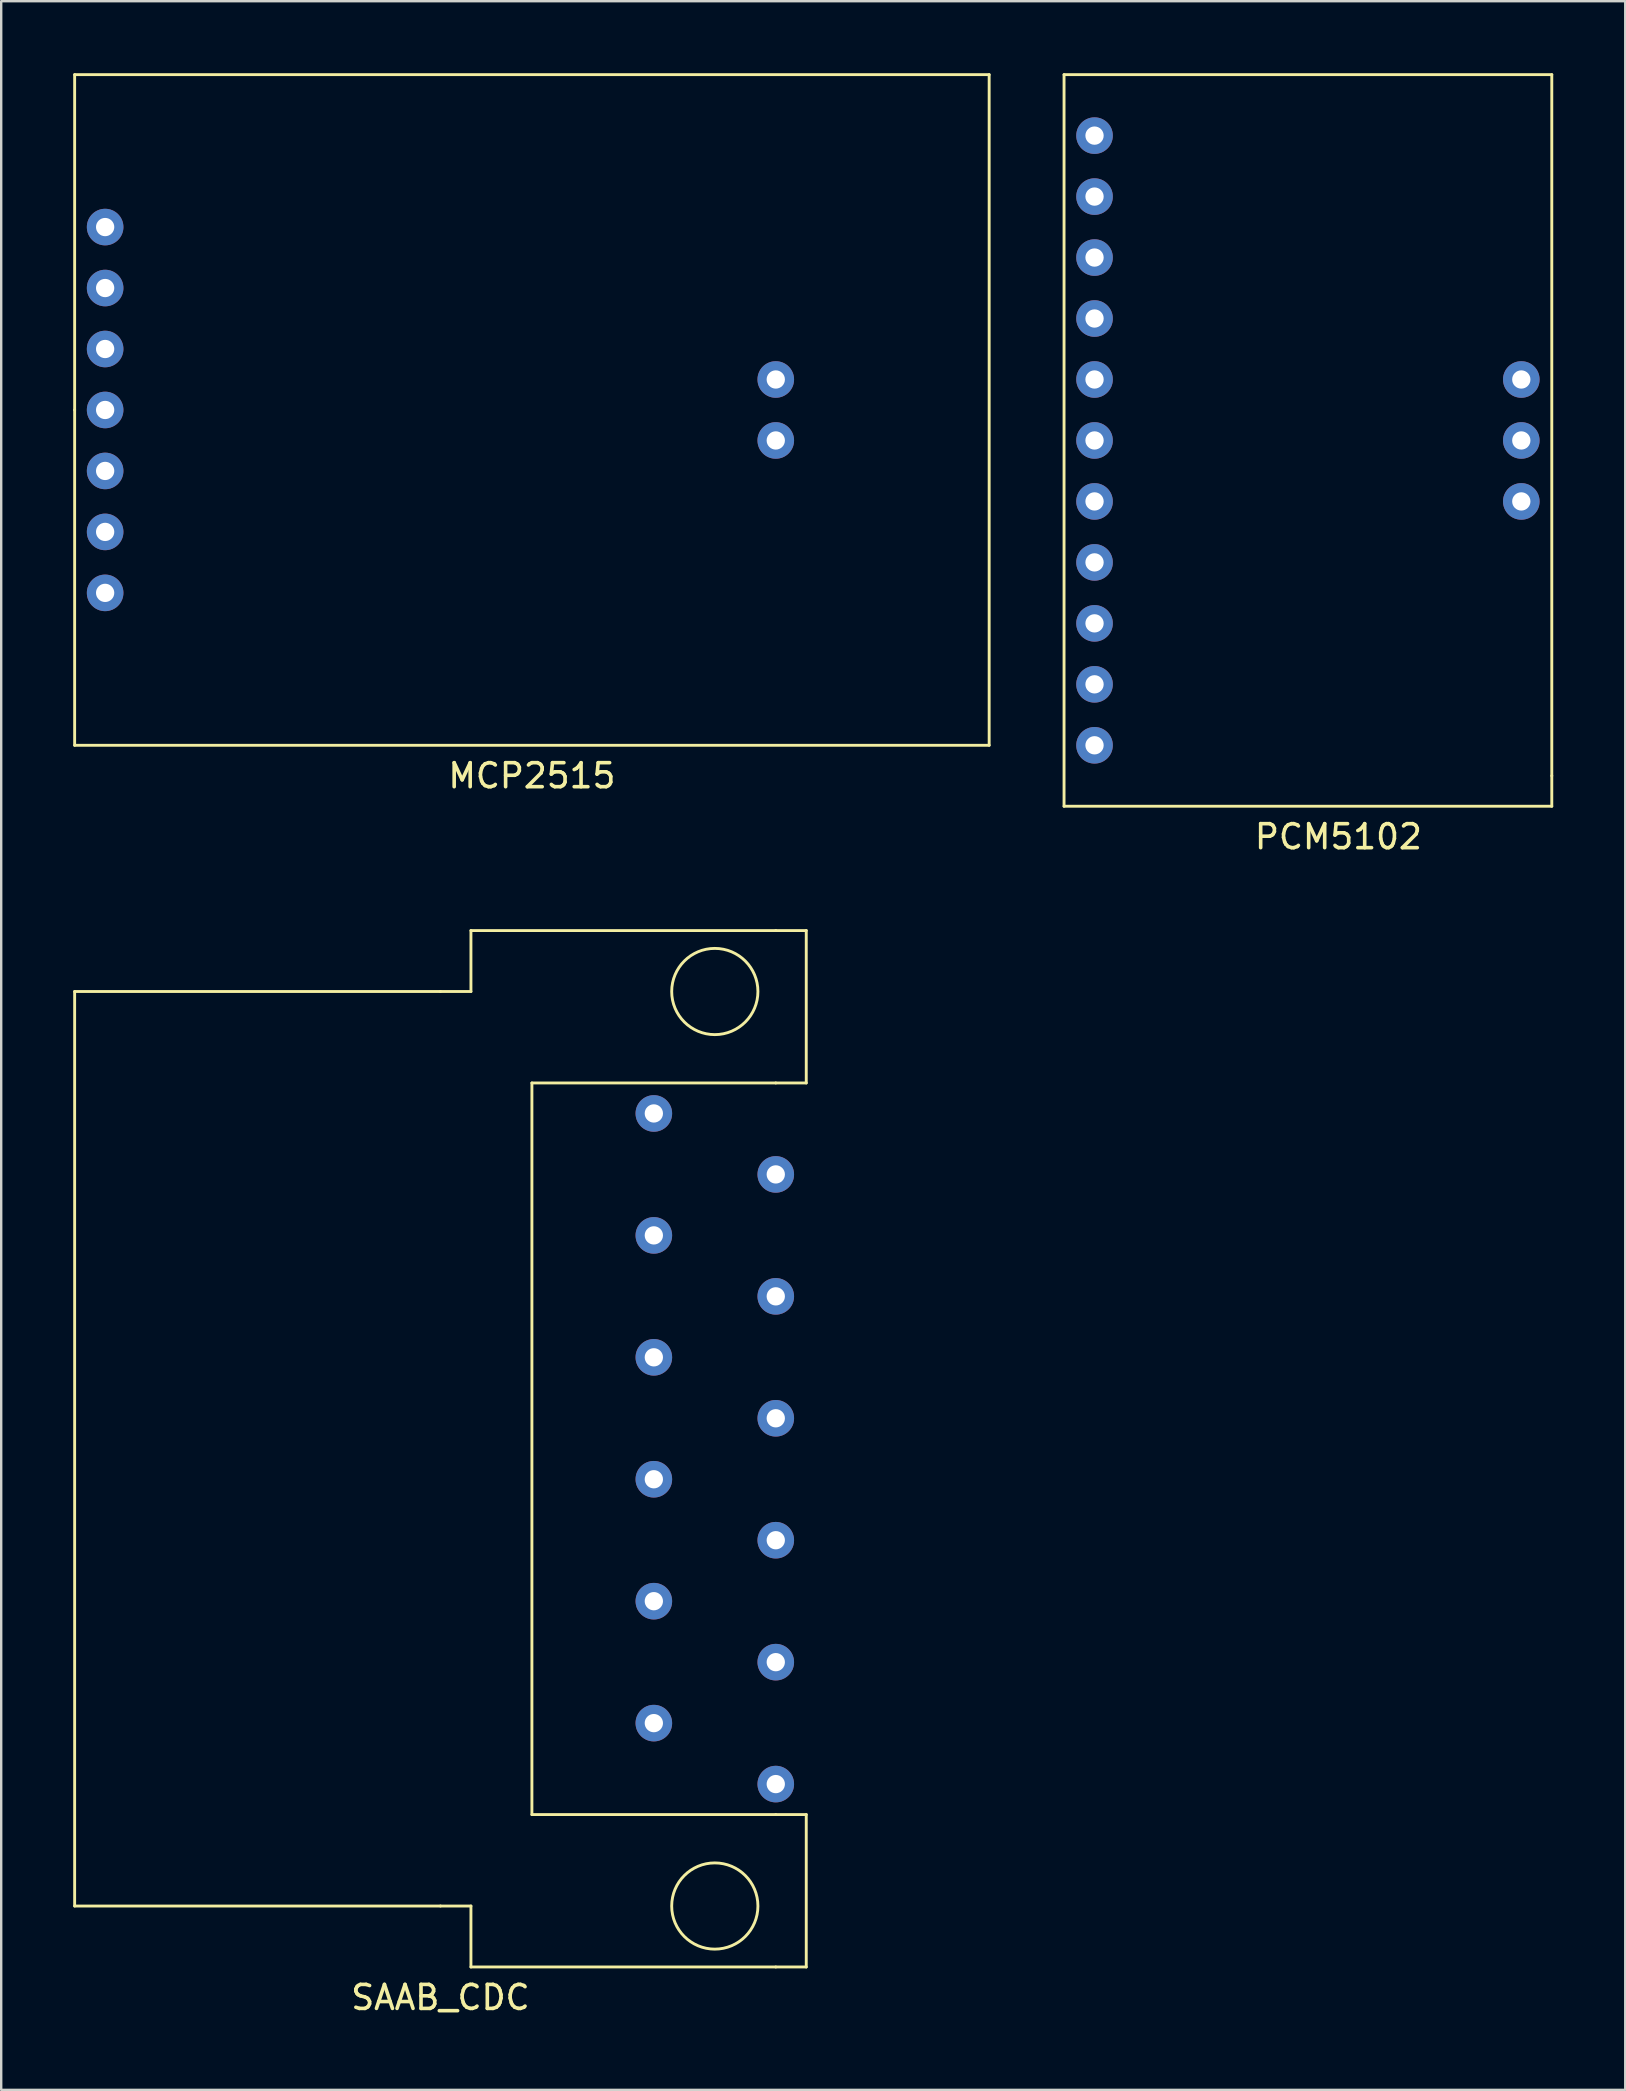
<source format=kicad_pcb>
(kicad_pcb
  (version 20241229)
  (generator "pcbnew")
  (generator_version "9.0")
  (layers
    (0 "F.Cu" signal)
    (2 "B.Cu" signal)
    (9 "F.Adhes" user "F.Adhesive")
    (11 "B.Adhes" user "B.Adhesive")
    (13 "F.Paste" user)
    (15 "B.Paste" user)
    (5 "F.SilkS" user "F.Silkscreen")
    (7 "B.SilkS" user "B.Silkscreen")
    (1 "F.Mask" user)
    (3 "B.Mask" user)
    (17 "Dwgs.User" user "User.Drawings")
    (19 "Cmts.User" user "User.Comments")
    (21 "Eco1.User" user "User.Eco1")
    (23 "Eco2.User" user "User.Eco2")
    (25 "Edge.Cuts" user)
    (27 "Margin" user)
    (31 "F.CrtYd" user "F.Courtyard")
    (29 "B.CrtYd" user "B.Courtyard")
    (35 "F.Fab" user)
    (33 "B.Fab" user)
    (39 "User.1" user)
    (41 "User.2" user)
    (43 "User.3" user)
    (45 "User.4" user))
  (footprint "PCM5102"
    (layer "F.Cu")
    (at 52.71 15.3)
    (property "Reference" "PCM5102" (at 0 16.51 0) (layer "F.SilkS") (effects (font (size 1 1) (thickness 0.15))))
    (attr through_hole)
    (fp_line (start -11.43 -15.24) (end 8.89 -15.24) (stroke (width 0.12) (type solid)) (layer "F.SilkS"))
    (fp_line (start -11.43 15.24) (end -11.43 -15.24) (stroke (width 0.12) (type solid)) (layer "F.SilkS"))
    (fp_line (start 8.89 -15.24) (end 8.89 13.97) (stroke (width 0.12) (type solid)) (layer "F.SilkS"))
    (fp_line (start 8.89 13.97) (end 8.89 15.24) (stroke (width 0.12) (type solid)) (layer "F.SilkS"))
    (fp_line (start 8.89 15.24) (end -11.43 15.24) (stroke (width 0.12) (type solid)) (layer "F.SilkS"))
    (pad "1" thru_hole circle (at -10.16 -12.7) (size 1.524 1.524) (drill 0.762) (layers "*.Cu" "*.Mask"))
    (pad "2" thru_hole circle (at -10.16 -10.16) (size 1.524 1.524) (drill 0.762) (layers "*.Cu" "*.Mask"))
    (pad "3" thru_hole circle (at -10.16 -7.62) (size 1.524 1.524) (drill 0.762) (layers "*.Cu" "*.Mask"))
    (pad "4" thru_hole circle (at -10.16 -5.08) (size 1.524 1.524) (drill 0.762) (layers "*.Cu" "*.Mask"))
    (pad "5" thru_hole circle (at -10.16 -2.54) (size 1.524 1.524) (drill 0.762) (layers "*.Cu" "*.Mask"))
    (pad "6" thru_hole circle (at -10.16 0) (size 1.524 1.524) (drill 0.762) (layers "*.Cu" "*.Mask"))
    (pad "7" thru_hole circle (at -10.16 2.54) (size 1.524 1.524) (drill 0.762) (layers "*.Cu" "*.Mask"))
    (pad "8" thru_hole circle (at -10.16 5.08) (size 1.524 1.524) (drill 0.762) (layers "*.Cu" "*.Mask"))
    (pad "9" thru_hole circle (at -10.16 7.62) (size 1.524 1.524) (drill 0.762) (layers "*.Cu" "*.Mask"))
    (pad "10" thru_hole circle (at -10.16 10.16) (size 1.524 1.524) (drill 0.762) (layers "*.Cu" "*.Mask"))
    (pad "11" thru_hole circle (at -10.16 12.7) (size 1.524 1.524) (drill 0.762) (layers "*.Cu" "*.Mask"))
    (pad "12" thru_hole circle (at 7.62 -2.54) (size 1.524 1.524) (drill 0.762) (layers "*.Cu" "*.Mask"))
    (pad "13" thru_hole circle (at 7.62 0) (size 1.524 1.524) (drill 0.762) (layers "*.Cu" "*.Mask"))
    (pad "14" thru_hole circle (at 7.62 2.54) (size 1.524 1.524) (drill 0.762) (layers "*.Cu" "*.Mask")))
  (footprint "SAAB_CDC"
    (layer "F.Cu")
    (at 15.3 57.308)
    (property "Reference" "SAAB_CDC" (at 0 22.86 180) (layer "F.SilkS") (effects (font (size 1 1) (thickness 0.15))))
    (attr through_hole)
    (fp_line (start -15.24 -19.05) (end -15.24 19.05) (stroke (width 0.12) (type solid)) (layer "F.SilkS"))
    (fp_line (start 0 -19.05) (end -15.24 -19.05) (stroke (width 0.12) (type solid)) (layer "F.SilkS"))
    (fp_line (start 0 19.05) (end -15.24 19.05) (stroke (width 0.12) (type solid)) (layer "F.SilkS"))
    (fp_line (start 1.27 -21.59) (end 1.27 -19.05) (stroke (width 0.12) (type solid)) (layer "F.SilkS"))
    (fp_line (start 1.27 -21.59) (end 13.97 -21.59) (stroke (width 0.12) (type solid)) (layer "F.SilkS"))
    (fp_line (start 1.27 -19.05) (end 0 -19.05) (stroke (width 0.12) (type solid)) (layer "F.SilkS"))
    (fp_line (start 1.27 19.05) (end 0 19.05) (stroke (width 0.12) (type solid)) (layer "F.SilkS"))
    (fp_line (start 1.27 21.59) (end 1.27 19.05) (stroke (width 0.12) (type solid)) (layer "F.SilkS"))
    (fp_line (start 3.81 -15.24) (end 3.81 15.24) (stroke (width 0.12) (type solid)) (layer "F.SilkS"))
    (fp_line (start 3.81 15.24) (end 13.97 15.24) (stroke (width 0.12) (type solid)) (layer "F.SilkS"))
    (fp_line (start 13.97 -21.59) (end 15.24 -21.59) (stroke (width 0.12) (type solid)) (layer "F.SilkS"))
    (fp_line (start 13.97 -15.24) (end 3.81 -15.24) (stroke (width 0.12) (type solid)) (layer "F.SilkS"))
    (fp_line (start 13.97 15.24) (end 15.24 15.24) (stroke (width 0.12) (type solid)) (layer "F.SilkS"))
    (fp_line (start 13.97 21.59) (end 1.27 21.59) (stroke (width 0.12) (type solid)) (layer "F.SilkS"))
    (fp_line (start 15.24 -21.59) (end 15.24 -15.24) (stroke (width 0.12) (type solid)) (layer "F.SilkS"))
    (fp_line (start 15.24 -15.24) (end 13.97 -15.24) (stroke (width 0.12) (type solid)) (layer "F.SilkS"))
    (fp_line (start 15.24 15.24) (end 15.24 21.59) (stroke (width 0.12) (type solid)) (layer "F.SilkS"))
    (fp_line (start 15.24 21.59) (end 13.97 21.59) (stroke (width 0.12) (type solid)) (layer "F.SilkS"))
    (fp_circle (center 11.43 -19.05) (end 10.16 -20.32) (stroke (width 0.12) (type solid)) (fill no) (layer "F.SilkS"))
    (fp_circle (center 11.43 19.05) (end 10.16 17.78) (stroke (width 0.12) (type solid)) (fill no) (layer "F.SilkS"))
    (pad "1" thru_hole circle (at 8.89 -13.97) (size 1.524 1.524) (drill 0.762) (layers "*.Cu" "*.Mask"))
    (pad "2" thru_hole circle (at 8.89 -8.89) (size 1.524 1.524) (drill 0.762) (layers "*.Cu" "*.Mask"))
    (pad "3" thru_hole circle (at 8.89 -3.81) (size 1.524 1.524) (drill 0.762) (layers "*.Cu" "*.Mask"))
    (pad "4" thru_hole circle (at 8.89 1.27) (size 1.524 1.524) (drill 0.762) (layers "*.Cu" "*.Mask"))
    (pad "5" thru_hole circle (at 8.89 6.35) (size 1.524 1.524) (drill 0.762) (layers "*.Cu" "*.Mask"))
    (pad "6" thru_hole circle (at 8.89 11.43) (size 1.524 1.524) (drill 0.762) (layers "*.Cu" "*.Mask"))
    (pad "7" thru_hole circle (at 13.97 -11.43) (size 1.524 1.524) (drill 0.762) (layers "*.Cu" "*.Mask"))
    (pad "8" thru_hole circle (at 13.97 -6.35) (size 1.524 1.524) (drill 0.762) (layers "*.Cu" "*.Mask"))
    (pad "9" thru_hole circle (at 13.97 -1.27) (size 1.524 1.524) (drill 0.762) (layers "*.Cu" "*.Mask"))
    (pad "10" thru_hole circle (at 13.97 3.81) (size 1.524 1.524) (drill 0.762) (layers "*.Cu" "*.Mask"))
    (pad "11" thru_hole circle (at 13.97 8.89) (size 1.524 1.524) (drill 0.762) (layers "*.Cu" "*.Mask"))
    (pad "12" thru_hole circle (at 13.97 13.97) (size 1.524 1.524) (drill 0.762) (layers "*.Cu" "*.Mask")))
  (footprint "MCP2515"
    (layer "F.Cu")
    (at 19.11 14.03)
    (property "Reference" "MCP2515" (at 0 15.24 0) (layer "F.SilkS") (effects (font (size 1 1) (thickness 0.15))))
    (attr through_hole)
    (fp_line (start -19.05 -13.97) (end 19.05 -13.97) (stroke (width 0.12) (type solid)) (layer "F.SilkS"))
    (fp_line (start -19.05 0) (end -19.05 -13.97) (stroke (width 0.12) (type solid)) (layer "F.SilkS"))
    (fp_line (start -19.05 13.97) (end -19.05 0) (stroke (width 0.12) (type solid)) (layer "F.SilkS"))
    (fp_line (start 19.05 -13.97) (end 19.05 13.97) (stroke (width 0.12) (type solid)) (layer "F.SilkS"))
    (fp_line (start 19.05 13.97) (end -19.05 13.97) (stroke (width 0.12) (type solid)) (layer "F.SilkS"))
    (pad "1" thru_hole circle (at -17.78 -7.62) (size 1.524 1.524) (drill 0.762) (layers "*.Cu" "*.Mask"))
    (pad "2" thru_hole circle (at -17.78 -5.08) (size 1.524 1.524) (drill 0.762) (layers "*.Cu" "*.Mask"))
    (pad "3" thru_hole circle (at -17.78 -2.54) (size 1.524 1.524) (drill 0.762) (layers "*.Cu" "*.Mask"))
    (pad "4" thru_hole circle (at -17.78 0) (size 1.524 1.524) (drill 0.762) (layers "*.Cu" "*.Mask"))
    (pad "5" thru_hole circle (at -17.78 2.54) (size 1.524 1.524) (drill 0.762) (layers "*.Cu" "*.Mask"))
    (pad "6" thru_hole circle (at -17.78 5.08) (size 1.524 1.524) (drill 0.762) (layers "*.Cu" "*.Mask"))
    (pad "7" thru_hole circle (at -17.78 7.62) (size 1.524 1.524) (drill 0.762) (layers "*.Cu" "*.Mask"))
    (pad "8" thru_hole circle (at 10.16 -1.27) (size 1.524 1.524) (drill 0.762) (layers "*.Cu" "*.Mask"))
    (pad "9" thru_hole circle (at 10.16 1.27) (size 1.524 1.524) (drill 0.762) (layers "*.Cu" "*.Mask")))
  (gr_rect
    (start -3 -3)
    (end 64.66 84.016)
    (stroke (width 0.1) (type default))
    (fill no)
    (layer "Edge.Cuts")))
</source>
